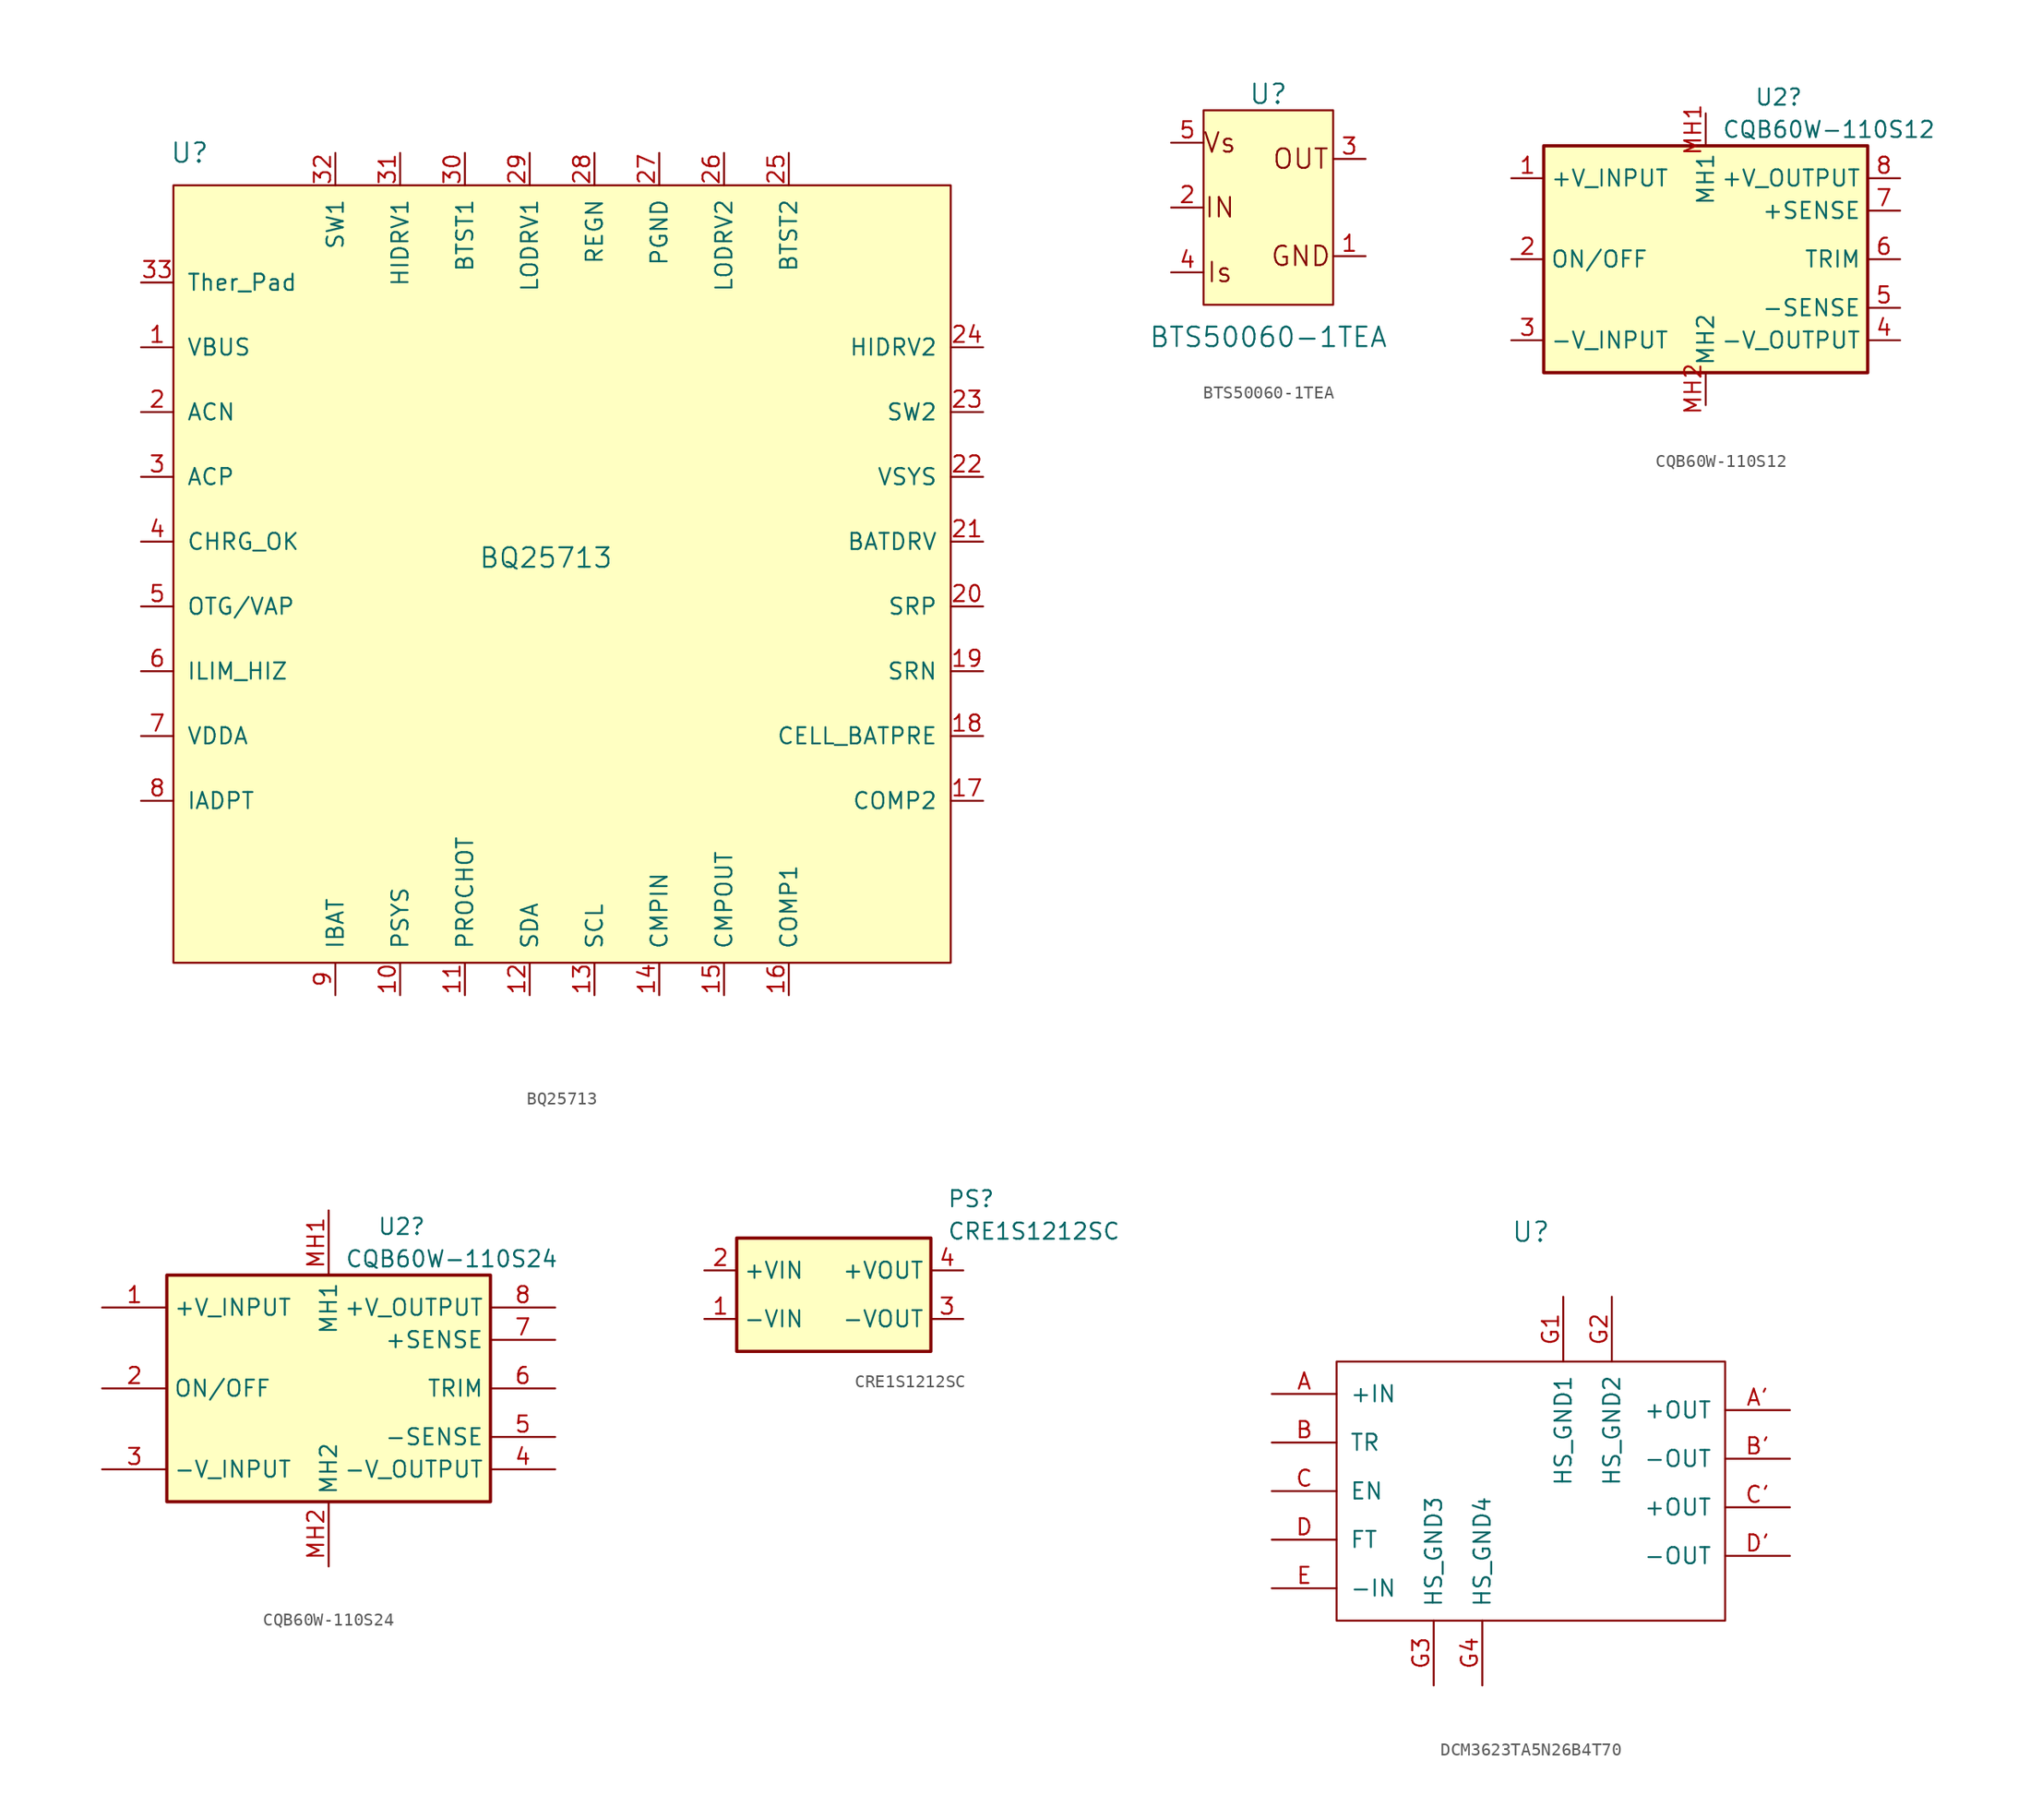
<source format=kicad_sym>
(kicad_symbol_lib
  (version 20241209)
  (generator "kicad_symbol_editor")
  (generator_version "9.0")
  (symbol "BQ25713"
    (pin_names
      (offset 1.016))
    (property "Reference" "U"
      (at -29.21 33.02 0)
      (effects (font (size 1.524 1.524))))
    (property "Value" "BQ25713"
      (at -1.27 1.27 0)
      (effects (font (size 1.524 1.524))))
    (symbol "BQ25713_0_0"
      (pin power_in line (at -33.02 17.78 0) (length 2.54) (name "VBUS" (effects (font (size 1.27 1.27)))) (number "1" (effects (font (size 1.27 1.27)))))
      (pin power_in line (at -33.02 12.7 0) (length 2.54) (name "ACN" (effects (font (size 1.27 1.27)))) (number "2" (effects (font (size 1.27 1.27)))))
      (pin power_in line (at -33.02 7.62 0) (length 2.54) (name "ACP" (effects (font (size 1.27 1.27)))) (number "3" (effects (font (size 1.27 1.27)))))
      (pin output line (at -33.02 2.54 0) (length 2.54) (name "CHRG_OK" (effects (font (size 1.27 1.27)))) (number "4" (effects (font (size 1.27 1.27)))))
      (pin input line (at -33.02 -2.54 0) (length 2.54) (name "OTG/VAP" (effects (font (size 1.27 1.27)))) (number "5" (effects (font (size 1.27 1.27)))))
      (pin input line (at -33.02 -7.62 0) (length 2.54) (name "ILIM_HIZ" (effects (font (size 1.27 1.27)))) (number "6" (effects (font (size 1.27 1.27)))))
      (pin power_in line (at -33.02 -12.7 0) (length 2.54) (name "VDDA" (effects (font (size 1.27 1.27)))) (number "7" (effects (font (size 1.27 1.27)))))
      (pin output line (at -33.02 -17.78 0) (length 2.54) (name "IADPT" (effects (font (size 1.27 1.27)))) (number "8" (effects (font (size 1.27 1.27)))))
      (pin power_in line (at -17.78 33.02 270) (length 2.54) (name "SW1" (effects (font (size 1.27 1.27)))) (number "32" (effects (font (size 1.27 1.27)))))
      (pin output line (at -17.78 -33.02 90) (length 2.54) (name "IBAT" (effects (font (size 1.27 1.27)))) (number "9" (effects (font (size 1.27 1.27)))))
      (pin output line (at -12.7 33.02 270) (length 2.54) (name "HIDRV1" (effects (font (size 1.27 1.27)))) (number "31" (effects (font (size 1.27 1.27)))))
      (pin output line (at -12.7 -33.02 90) (length 2.54) (name "PSYS" (effects (font (size 1.27 1.27)))) (number "10" (effects (font (size 1.27 1.27)))))
      (pin power_in line (at -7.62 33.02 270) (length 2.54) (name "BTST1" (effects (font (size 1.27 1.27)))) (number "30" (effects (font (size 1.27 1.27)))))
      (pin output line (at -7.62 -33.02 90) (length 2.54) (name "PROCHOT" (effects (font (size 1.27 1.27)))) (number "11" (effects (font (size 1.27 1.27)))))
      (pin output line (at -2.54 33.02 270) (length 2.54) (name "LODRV1" (effects (font (size 1.27 1.27)))) (number "29" (effects (font (size 1.27 1.27)))))
      (pin bidirectional line (at -2.54 -33.02 90) (length 2.54) (name "SDA" (effects (font (size 1.27 1.27)))) (number "12" (effects (font (size 1.27 1.27)))))
      (pin power_out line (at 2.54 33.02 270) (length 2.54) (name "REGN" (effects (font (size 1.27 1.27)))) (number "28" (effects (font (size 1.27 1.27)))))
      (pin input line (at 2.54 -33.02 90) (length 2.54) (name "SCL" (effects (font (size 1.27 1.27)))) (number "13" (effects (font (size 1.27 1.27)))))
      (pin power_out line (at 7.62 33.02 270) (length 2.54) (name "PGND" (effects (font (size 1.27 1.27)))) (number "27" (effects (font (size 1.27 1.27)))))
      (pin input line (at 7.62 -33.02 90) (length 2.54) (name "CMPIN" (effects (font (size 1.27 1.27)))) (number "14" (effects (font (size 1.27 1.27)))))
      (pin output line (at 12.7 33.02 270) (length 2.54) (name "LODRV2" (effects (font (size 1.27 1.27)))) (number "26" (effects (font (size 1.27 1.27)))))
      (pin output line (at 12.7 -33.02 90) (length 2.54) (name "CMPOUT" (effects (font (size 1.27 1.27)))) (number "15" (effects (font (size 1.27 1.27)))))
      (pin power_in line (at 17.78 33.02 270) (length 2.54) (name "BTST2" (effects (font (size 1.27 1.27)))) (number "25" (effects (font (size 1.27 1.27)))))
      (pin input line (at 17.78 -33.02 90) (length 2.54) (name "COMP1" (effects (font (size 1.27 1.27)))) (number "16" (effects (font (size 1.27 1.27)))))
      (pin output line (at 33.02 17.78 180) (length 2.54) (name "HIDRV2" (effects (font (size 1.27 1.27)))) (number "24" (effects (font (size 1.27 1.27)))))
      (pin power_in line (at 33.02 12.7 180) (length 2.54) (name "SW2" (effects (font (size 1.27 1.27)))) (number "23" (effects (font (size 1.27 1.27)))))
      (pin power_in line (at 33.02 7.62 180) (length 2.54) (name "VSYS" (effects (font (size 1.27 1.27)))) (number "22" (effects (font (size 1.27 1.27)))))
      (pin output line (at 33.02 2.54 180) (length 2.54) (name "BATDRV" (effects (font (size 1.27 1.27)))) (number "21" (effects (font (size 1.27 1.27)))))
      (pin power_in line (at 33.02 -2.54 180) (length 2.54) (name "SRP" (effects (font (size 1.27 1.27)))) (number "20" (effects (font (size 1.27 1.27)))))
      (pin power_in line (at 33.02 -7.62 180) (length 2.54) (name "SRN" (effects (font (size 1.27 1.27)))) (number "19" (effects (font (size 1.27 1.27)))))
      (pin input line (at 33.02 -12.7 180) (length 2.54) (name "CELL_BATPRE" (effects (font (size 1.27 1.27)))) (number "18" (effects (font (size 1.27 1.27)))))
      (pin input line (at 33.02 -17.78 180) (length 2.54) (name "COMP2" (effects (font (size 1.27 1.27)))) (number "17" (effects (font (size 1.27 1.27))))))
    (symbol "BQ25713_0_1"
      (rectangle (start -30.48 30.48) (end 30.48 -30.48) (stroke (width 0) (type default)) (fill (type background))))
    (symbol "BQ25713_1_1"
      (pin output line (at -33.02 22.86 0) (length 2.54) (name "Ther_Pad" (effects (font (size 1.27 1.27)))) (number "33" (effects (font (size 1.27 1.27)))))))
  (symbol "BTS50060-1TEA"
    (pin_names
      (offset 0)
      (hide yes))
    (property "Reference" "U"
      (at 0 8.89 0)
      (effects (font (size 1.524 1.524))))
    (property "Value" "BTS50060-1TEA"
      (at 0 -10.16 0)
      (effects (font (size 1.524 1.524))))
    (symbol "BTS50060-1TEA_0_0"
      (rectangle (start -5.08 7.62) (end 5.08 -7.62) (stroke (width 0) (type default)) (fill (type background)))
      (text "Vs" (at -3.81 5.08 0) (effects (font (size 1.524 1.524))))
      (text "IN" (at -3.81 0 0) (effects (font (size 1.524 1.524))))
      (text "Is" (at -3.81 -5.08 0) (effects (font (size 1.524 1.524))))
      (text "OUT" (at 2.54 3.81 0) (effects (font (size 1.524 1.524))))
      (text "GND" (at 2.54 -3.81 0) (effects (font (size 1.524 1.524)))))
    (symbol "BTS50060-1TEA_1_1"
      (pin input line (at -7.62 5.08 0) (length 2.54) (name "Vin" (effects (font (size 1.27 1.27)))) (number "5" (effects (font (size 1.27 1.27)))))
      (pin input line (at -7.62 0 0) (length 2.54) (name "IN" (effects (font (size 1.27 1.27)))) (number "2" (effects (font (size 1.27 1.27)))))
      (pin input line (at -7.62 -5.08 0) (length 2.54) (name "IS" (effects (font (size 1.27 1.27)))) (number "4" (effects (font (size 1.27 1.27)))))
      (pin input line (at 7.62 3.81 180) (length 2.54) (name "OUT" (effects (font (size 1.27 1.27)))) (number "3" (effects (font (size 1.27 1.27)))))
      (pin input line (at 7.62 -3.81 180) (length 2.54) (name "GND" (effects (font (size 1.27 1.27)))) (number "1" (effects (font (size 1.27 1.27)))))))
  (symbol "CQB60W-110S12"
    (property "Reference" "U2"
      (at 3.81 12.7 0)
      (effects (font (size 1.27 1.27)) (justify left)))
    (property "Value" "CQB60W-110S12"
      (at 1.27 10.16 0)
      (effects (font (size 1.27 1.27)) (justify left)))
    (symbol "CQB60W-110S12_1_1"
      (rectangle (start -12.7 8.89) (end 12.7 -8.89) (stroke (width 0.254) (type default)) (fill (type background)))
      (pin passive line (at -15.24 6.35 0) (length 2.54) (name "+V_INPUT" (effects (font (size 1.27 1.27)))) (number "1" (effects (font (size 1.27 1.27)))))
      (pin passive line (at -15.24 0 0) (length 2.54) (name "ON/OFF" (effects (font (size 1.27 1.27)))) (number "2" (effects (font (size 1.27 1.27)))))
      (pin passive line (at -15.24 -6.35 0) (length 2.54) (name "-V_INPUT" (effects (font (size 1.27 1.27)))) (number "3" (effects (font (size 1.27 1.27)))))
      (pin passive line (at 0 11.43 270) (length 2.54) (name "MH1" (effects (font (size 1.27 1.27)))) (number "MH1" (effects (font (size 1.27 1.27)))))
      (pin passive line (at 0 -11.43 90) (length 2.54) (name "MH2" (effects (font (size 1.27 1.27)))) (number "MH2" (effects (font (size 1.27 1.27)))))
      (pin passive line (at 15.24 6.35 180) (length 2.54) (name "+V_OUTPUT" (effects (font (size 1.27 1.27)))) (number "8" (effects (font (size 1.27 1.27)))))
      (pin passive line (at 15.24 3.81 180) (length 2.54) (name "+SENSE" (effects (font (size 1.27 1.27)))) (number "7" (effects (font (size 1.27 1.27)))))
      (pin passive line (at 15.24 0 180) (length 2.54) (name "TRIM" (effects (font (size 1.27 1.27)))) (number "6" (effects (font (size 1.27 1.27)))))
      (pin passive line (at 15.24 -3.81 180) (length 2.54) (name "-SENSE" (effects (font (size 1.27 1.27)))) (number "5" (effects (font (size 1.27 1.27)))))
      (pin passive line (at 15.24 -6.35 180) (length 2.54) (name "-V_OUTPUT" (effects (font (size 1.27 1.27)))) (number "4" (effects (font (size 1.27 1.27)))))))
  (symbol "CQB60W-110S24"
    (property "Reference" "U2"
      (at 21.59 7.62 0)
      (effects (font (size 1.27 1.27)) (justify left)))
    (property "Value" "CQB60W-110S24"
      (at 19.05 5.08 0)
      (effects (font (size 1.27 1.27)) (justify left)))
    (symbol "CQB60W-110S24_1_1"
      (rectangle (start 5.08 3.81) (end 30.48 -13.97) (stroke (width 0.254) (type default)) (fill (type background)))
      (pin passive line (at 0 1.27 0) (length 5.08) (name "+V_INPUT" (effects (font (size 1.27 1.27)))) (number "1" (effects (font (size 1.27 1.27)))))
      (pin passive line (at 0 -5.08 0) (length 5.08) (name "ON/OFF" (effects (font (size 1.27 1.27)))) (number "2" (effects (font (size 1.27 1.27)))))
      (pin passive line (at 0 -11.43 0) (length 5.08) (name "-V_INPUT" (effects (font (size 1.27 1.27)))) (number "3" (effects (font (size 1.27 1.27)))))
      (pin passive line (at 17.78 8.89 270) (length 5.08) (name "MH1" (effects (font (size 1.27 1.27)))) (number "MH1" (effects (font (size 1.27 1.27)))))
      (pin passive line (at 17.78 -19.05 90) (length 5.08) (name "MH2" (effects (font (size 1.27 1.27)))) (number "MH2" (effects (font (size 1.27 1.27)))))
      (pin passive line (at 35.56 1.27 180) (length 5.08) (name "+V_OUTPUT" (effects (font (size 1.27 1.27)))) (number "8" (effects (font (size 1.27 1.27)))))
      (pin passive line (at 35.56 -1.27 180) (length 5.08) (name "+SENSE" (effects (font (size 1.27 1.27)))) (number "7" (effects (font (size 1.27 1.27)))))
      (pin passive line (at 35.56 -5.08 180) (length 5.08) (name "TRIM" (effects (font (size 1.27 1.27)))) (number "6" (effects (font (size 1.27 1.27)))))
      (pin passive line (at 35.56 -8.89 180) (length 5.08) (name "-SENSE" (effects (font (size 1.27 1.27)))) (number "5" (effects (font (size 1.27 1.27)))))
      (pin passive line (at 35.56 -11.43 180) (length 5.08) (name "-V_OUTPUT" (effects (font (size 1.27 1.27)))) (number "4" (effects (font (size 1.27 1.27)))))))
  (symbol "CRE1S1212SC"
    (property "Reference" "PS"
      (at 21.59 7.62 0)
      (effects (font (size 1.27 1.27)) (justify left top)))
    (property "Value" "CRE1S1212SC"
      (at 21.59 5.08 0)
      (effects (font (size 1.27 1.27)) (justify left top)))
    (symbol "CRE1S1212SC_1_1"
      (rectangle (start 5.08 3.81) (end 20.32 -5.08) (stroke (width 0.254) (type default)) (fill (type background)))
      (pin power_in line (at 2.54 1.27 0) (length 2.54) (name "+VIN" (effects (font (size 1.27 1.27)))) (number "2" (effects (font (size 1.27 1.27)))))
      (pin power_in line (at 2.54 -2.54 0) (length 2.54) (name "-VIN" (effects (font (size 1.27 1.27)))) (number "1" (effects (font (size 1.27 1.27)))))
      (pin power_out line (at 22.86 1.27 180) (length 2.54) (name "+VOUT" (effects (font (size 1.27 1.27)))) (number "4" (effects (font (size 1.27 1.27)))))
      (pin power_out line (at 22.86 -2.54 180) (length 2.54) (name "-VOUT" (effects (font (size 1.27 1.27)))) (number "3" (effects (font (size 1.27 1.27)))))))
  (symbol "DCM3623TA5N26B4T70"
    (pin_names
      (offset 1.016))
    (property "Reference" "U"
      (at 0 20.32 0)
      (effects (font (size 1.524 1.524))))
    (symbol "DCM3623TA5N26B4T70_0_1"
      (rectangle (start -15.24 10.16) (end 15.24 -10.16) (stroke (width 0) (type default)) (fill (type none))))
    (symbol "DCM3623TA5N26B4T70_1_1"
      (pin passive line (at -20.32 7.62 0) (length 5.08) (name "+IN" (effects (font (size 1.27 1.27)))) (number "A" (effects (font (size 1.27 1.27)))))
      (pin passive line (at -20.32 3.81 0) (length 5.08) (name "TR" (effects (font (size 1.27 1.27)))) (number "B" (effects (font (size 1.27 1.27)))))
      (pin passive line (at -20.32 0 0) (length 5.08) (name "EN" (effects (font (size 1.27 1.27)))) (number "C" (effects (font (size 1.27 1.27)))))
      (pin passive line (at -20.32 -3.81 0) (length 5.08) (name "FT" (effects (font (size 1.27 1.27)))) (number "D" (effects (font (size 1.27 1.27)))))
      (pin passive line (at -20.32 -7.62 0) (length 5.08) (name "-IN" (effects (font (size 1.27 1.27)))) (number "E" (effects (font (size 1.27 1.27)))))
      (pin passive line (at -7.62 -15.24 90) (length 5.08) (name "HS_GND3" (effects (font (size 1.27 1.27)))) (number "G3" (effects (font (size 1.27 1.27)))))
      (pin passive line (at -3.81 -15.24 90) (length 5.08) (name "HS_GND4" (effects (font (size 1.27 1.27)))) (number "G4" (effects (font (size 1.27 1.27)))))
      (pin passive line (at 2.54 15.24 270) (length 5.08) (name "HS_GND1" (effects (font (size 1.27 1.27)))) (number "G1" (effects (font (size 1.27 1.27)))))
      (pin passive line (at 6.35 15.24 270) (length 5.08) (name "HS_GND2" (effects (font (size 1.27 1.27)))) (number "G2" (effects (font (size 1.27 1.27)))))
      (pin passive line (at 20.32 6.35 180) (length 5.08) (name "+OUT" (effects (font (size 1.27 1.27)))) (number "A'" (effects (font (size 1.27 1.27)))))
      (pin passive line (at 20.32 2.54 180) (length 5.08) (name "-OUT" (effects (font (size 1.27 1.27)))) (number "B'" (effects (font (size 1.27 1.27)))))
      (pin passive line (at 20.32 -1.27 180) (length 5.08) (name "+OUT" (effects (font (size 1.27 1.27)))) (number "C'" (effects (font (size 1.27 1.27)))))
      (pin passive line (at 20.32 -5.08 180) (length 5.08) (name "-OUT" (effects (font (size 1.27 1.27)))) (number "D'" (effects (font (size 1.27 1.27))))))))
</source>
